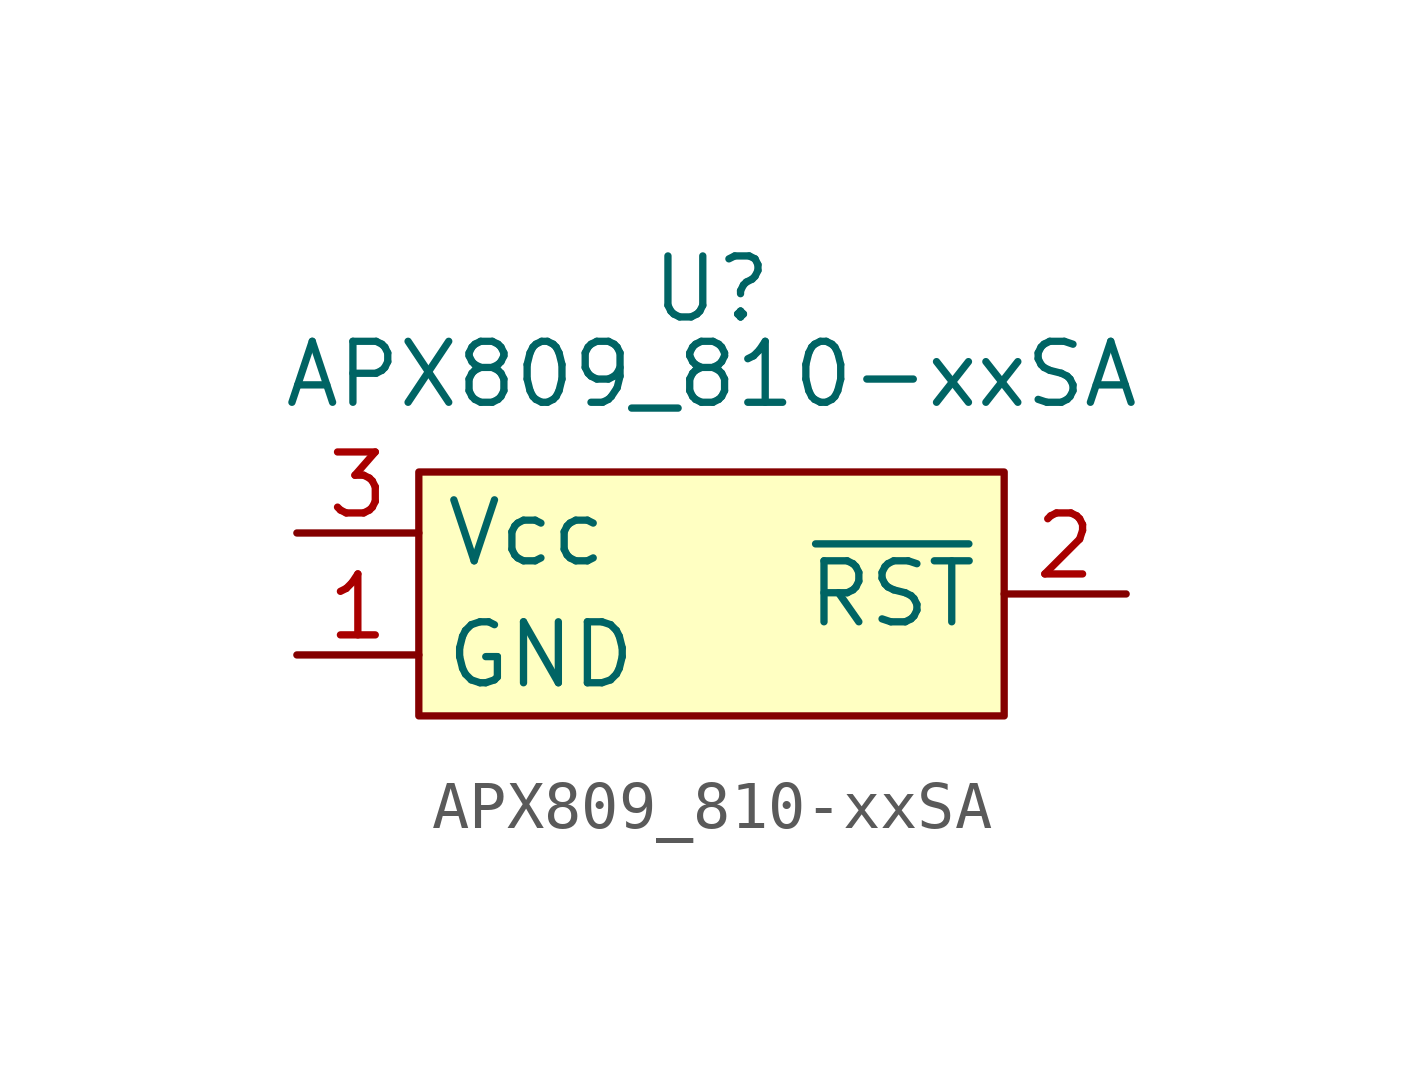
<source format=kicad_sym>
(kicad_symbol_lib
  (version 20211014)
  (generator kicad_symbol_editor)
  (symbol "APX809_810-xxSA"
    (property "Reference" "U"
      (at 0 6.35 0)
      (effects (font (size 1.27 1.27))))
    (property "Value" "APX809_810-xxSA"
      (at 0 4.572 0)
      (effects (font (size 1.27 1.27))))
    (symbol "APX809_810-xxSA_0_1"
      (rectangle (start -6.096 2.54) (end 6.096 -2.54) (stroke (width 0.152) (type default) (color 0 0 0 0)) (fill (type background))))
    (symbol "APX809_810-xxSA_1_1"
      (pin power_in line (at -8.636 -1.27 0) (length 2.54) (name "GND" (effects (font (size 1.27 1.27)))) (number "1" (effects (font (size 1.27 1.27)))))
      (pin output line (at 8.636 0 180) (length 2.54) (name "~{RST}" (effects (font (size 1.27 1.27)))) (number "2" (effects (font (size 1.27 1.27)))))
      (pin power_in line (at -8.636 1.27 0) (length 2.54) (name "Vcc" (effects (font (size 1.27 1.27)))) (number "3" (effects (font (size 1.27 1.27))))))))
</source>
